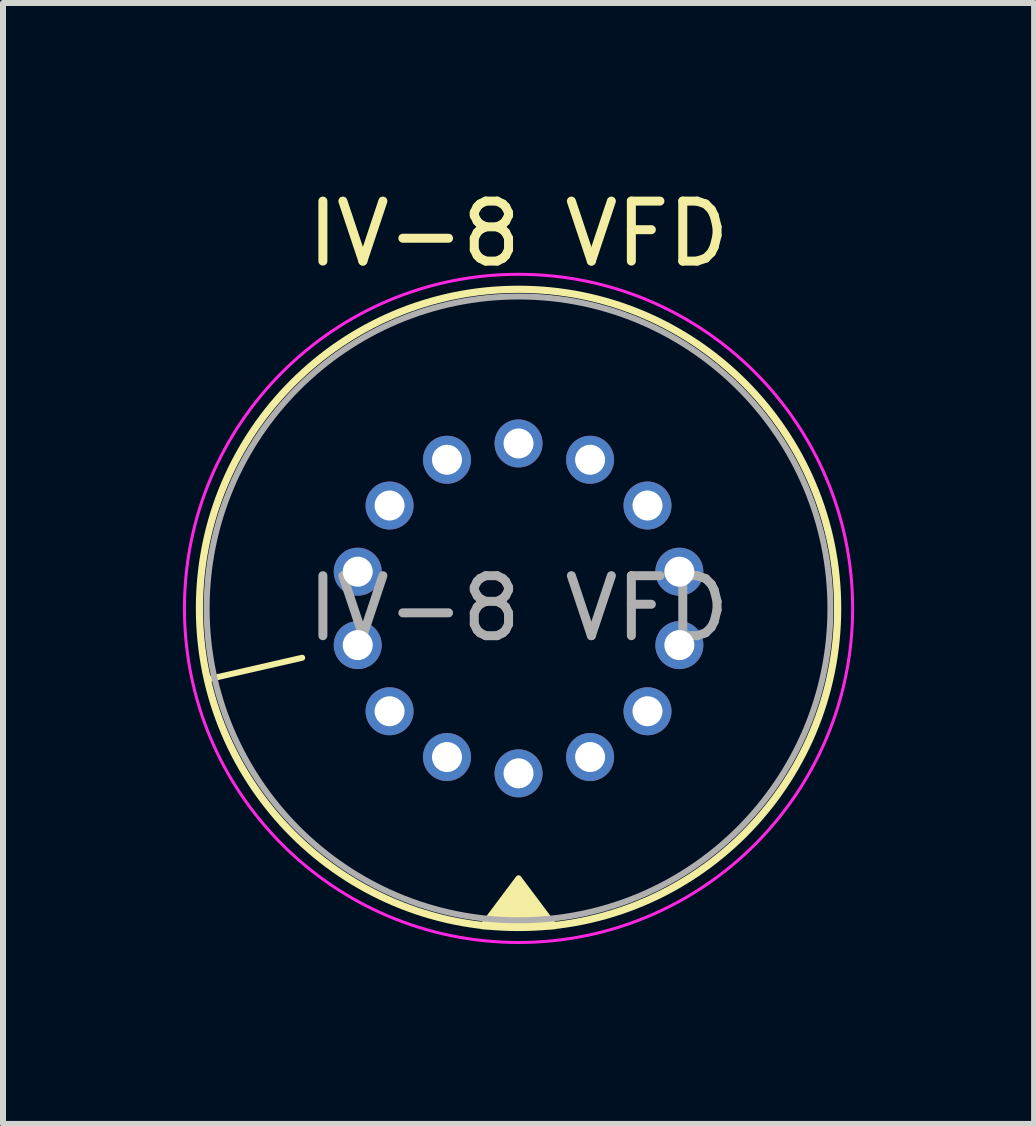
<source format=kicad_pcb>
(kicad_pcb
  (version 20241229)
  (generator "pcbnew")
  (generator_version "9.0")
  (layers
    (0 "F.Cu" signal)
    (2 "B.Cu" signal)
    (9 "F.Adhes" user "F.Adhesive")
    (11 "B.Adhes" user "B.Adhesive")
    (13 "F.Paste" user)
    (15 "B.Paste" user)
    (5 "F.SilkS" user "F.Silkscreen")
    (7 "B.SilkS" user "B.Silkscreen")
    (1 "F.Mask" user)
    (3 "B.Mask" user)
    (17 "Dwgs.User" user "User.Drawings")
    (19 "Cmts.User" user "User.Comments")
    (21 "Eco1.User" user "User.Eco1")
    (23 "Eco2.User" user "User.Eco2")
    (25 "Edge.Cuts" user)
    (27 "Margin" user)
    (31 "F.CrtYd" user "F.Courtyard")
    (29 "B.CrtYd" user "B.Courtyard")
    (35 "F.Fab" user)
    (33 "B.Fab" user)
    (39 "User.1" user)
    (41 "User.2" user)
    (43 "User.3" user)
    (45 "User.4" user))
  (footprint "IV-8 VFD"
    (layer "F.Cu")
    (at 5.595 7.093)
    (property "Reference" "IV-8 VFD" (at 0 -6.245 0) (layer "F.SilkS") (effects (font (size 1 1) (thickness 0.15))))
    (attr through_hole)
    (fp_line (start -5.187 1.184) (end -3.607 0.823) (stroke (width 0.1) (type default)) (layer "F.SilkS"))
    (fp_circle (center 0 0) (end 0 5.32) (stroke (width 0.12) (type default)) (fill no) (layer "F.SilkS"))
    (fp_poly (pts (xy -0.6 5.3) (xy 0 4.5) (xy 0.6 5.3)) (stroke (width 0.1) (type solid)) (fill yes) (layer "F.SilkS"))
    (fp_circle (center 0 0) (end 0 5.57) (stroke (width 0.05) (type default)) (fill no) (layer "F.CrtYd"))
    (fp_circle (center 0 0) (end 0 5.2) (stroke (width 0.1) (type default)) (fill no) (layer "F.Fab"))
    (fp_text user "${REFERENCE}" (at 0 0 0) (layer "F.Fab") (effects (font (size 1 1) (thickness 0.15))))
    (pad "1" thru_hole oval (at -2.681 0.612) (size 0.8 0.8) (drill 0.5) (layers "*.Cu" "*.Mask"))
    (pad "2" thru_hole oval (at -2.15 1.715) (size 0.8 0.8) (drill 0.5) (layers "*.Cu" "*.Mask"))
    (pad "3" thru_hole oval (at -1.193 2.478) (size 0.8 0.8) (drill 0.5) (layers "*.Cu" "*.Mask"))
    (pad "4" thru_hole oval (at -0.000006 2.75) (size 0.8 0.8) (drill 0.5) (layers "*.Cu" "*.Mask"))
    (pad "5" thru_hole oval (at 1.193 2.478) (size 0.8 0.8) (drill 0.5) (layers "*.Cu" "*.Mask"))
    (pad "6" thru_hole oval (at 2.15 1.715) (size 0.8 0.8) (drill 0.5) (layers "*.Cu" "*.Mask"))
    (pad "7" thru_hole oval (at 2.681 0.612) (size 0.8 0.8) (drill 0.5) (layers "*.Cu" "*.Mask"))
    (pad "8" thru_hole oval (at 2.681 -0.612) (size 0.8 0.8) (drill 0.5) (layers "*.Cu" "*.Mask"))
    (pad "9" thru_hole oval (at 2.15 -1.715) (size 0.8 0.8) (drill 0.5) (layers "*.Cu" "*.Mask"))
    (pad "10" thru_hole oval (at 1.193 -2.478) (size 0.8 0.8) (drill 0.5) (layers "*.Cu" "*.Mask"))
    (pad "11" thru_hole oval (at 0.000006 -2.75) (size 0.8 0.8) (drill 0.5) (layers "*.Cu" "*.Mask"))
    (pad "12" thru_hole oval (at -1.193 -2.478) (size 0.8 0.8) (drill 0.5) (layers "*.Cu" "*.Mask"))
    (pad "13" thru_hole oval (at -2.15 -1.715) (size 0.8 0.8) (drill 0.5) (layers "*.Cu" "*.Mask"))
    (pad "14" thru_hole oval (at -2.681 -0.612) (size 0.8 0.8) (drill 0.5) (layers "*.Cu" "*.Mask")))
  (gr_rect
    (start -3 -3)
    (end 14.19 15.688)
    (stroke (width 0.1) (type default))
    (fill no)
    (layer "Edge.Cuts")))
</source>
